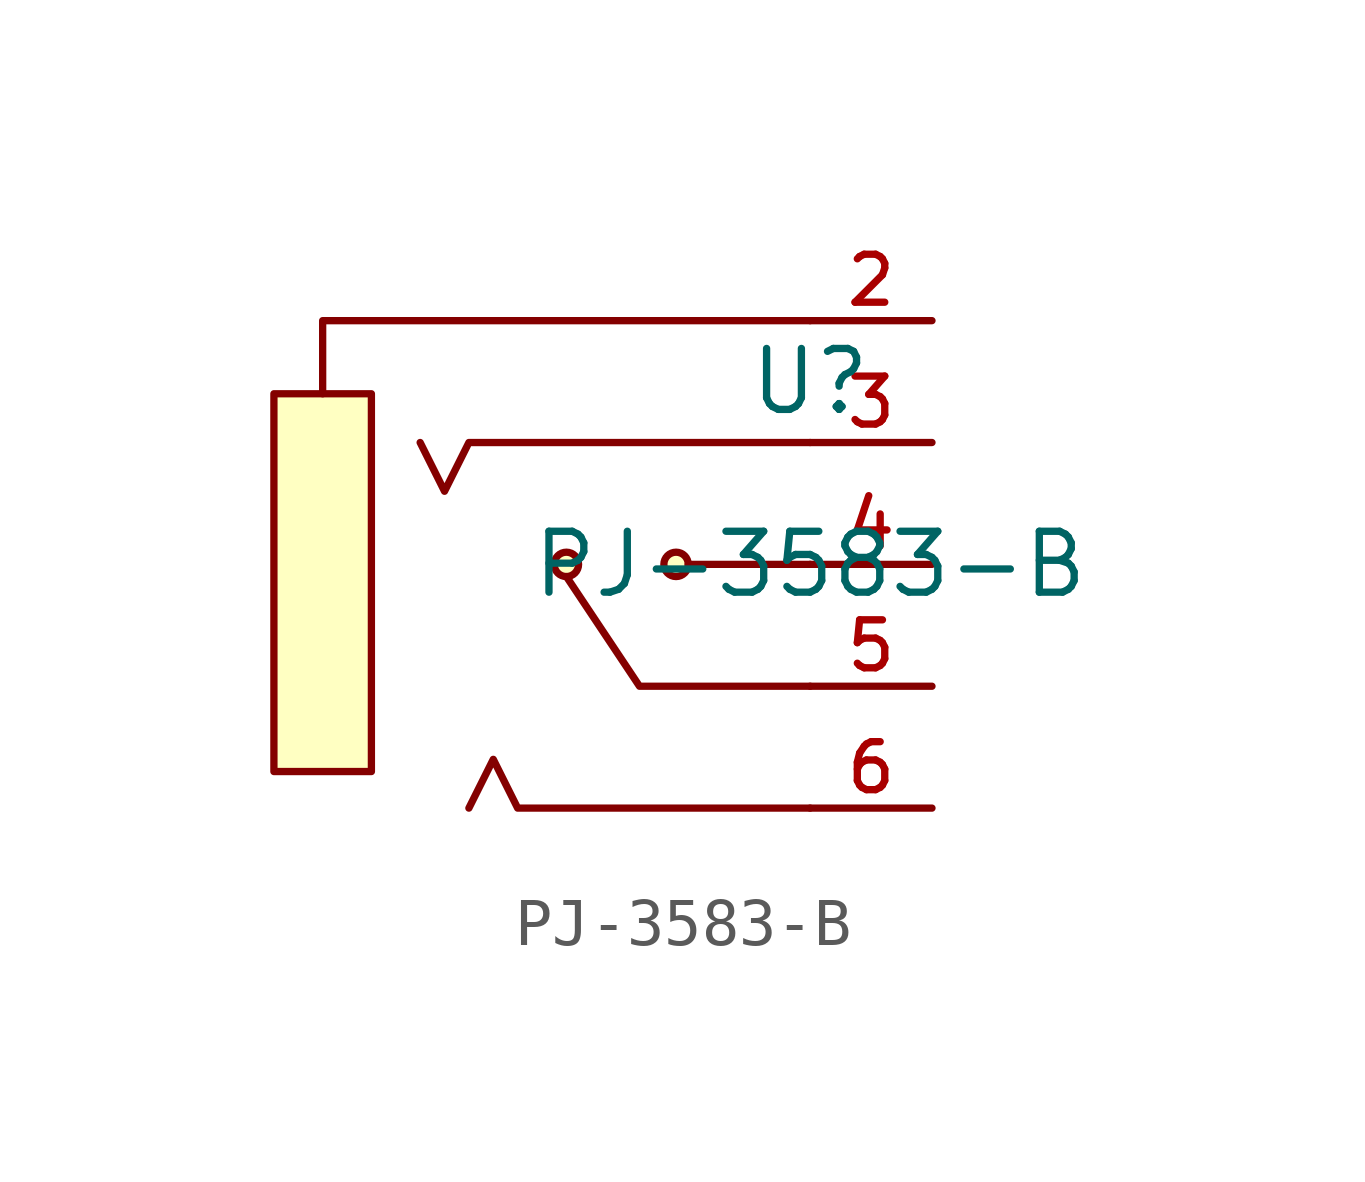
<source format=kicad_sym>
(kicad_symbol_lib
  (version 20210201)
  (generator TousstNicolas/JLC2KiCad_lib)
  (symbol "PJ-3583-B"
    (pin_names hide)
    (property "Reference" "U"
      (at 0 1.27 0)
      (effects (font (size 1.27 1.27))))
    (property "Value" "PJ-3583-B"
      (at 0 -2.54 0)
      (effects (font (size 1.27 1.27))))
    (symbol "PJ-3583-B_0_1"
      (rectangle (start -11.176 1.016) (end -9.144 -6.858) (stroke (width 0) (type default) (color 0 0 0 0)) (fill (type background)))
      (polyline (pts (xy -10.16 1.016) (xy -10.16 2.54) (xy 0.0 2.54)) (stroke (width 0) (type default) (color 0 0 0 0)) (fill (type none)))
      (polyline (pts (xy 0.0 -0.0) (xy -7.112 -0.0) (xy -7.62 -1.016) (xy -8.128 -0.0)) (stroke (width 0) (type default) (color 0 0 0 0)) (fill (type none)))
      (polyline (pts (xy 0.0 -2.54) (xy -2.54 -2.54)) (stroke (width 0) (type default) (color 0 0 0 0)) (fill (type none)))
      (polyline (pts (xy 0.0 -5.08) (xy -3.556 -5.08) (xy -5.08 -2.794)) (stroke (width 0) (type default) (color 0 0 0 0)) (fill (type none)))
      (circle (center -2.794 -2.54) (radius 0.254) (stroke (width 0) (type default) (color 0 0 0 0)) (fill (type background)))
      (circle (center -5.08 -2.54) (radius 0.254) (stroke (width 0) (type default) (color 0 0 0 0)) (fill (type background)))
      (polyline (pts (xy 0.0 -7.62) (xy -6.096 -7.62) (xy -6.604 -6.604) (xy -7.112 -7.62)) (stroke (width 0) (type default) (color 0 0 0 0)) (fill (type none)))
      (pin unspecified line (at 2.54 2.54 180) (length 2.54) (name "2" (effects (font (size 1 1)))) (number "2" (effects (font (size 1 1)))))
      (pin unspecified line (at 2.54 -0.0 180) (length 2.54) (name "3" (effects (font (size 1 1)))) (number "3" (effects (font (size 1 1)))))
      (pin unspecified line (at 2.54 -2.54 180) (length 2.54) (name "4" (effects (font (size 1 1)))) (number "4" (effects (font (size 1 1)))))
      (pin unspecified line (at 2.54 -5.08 180) (length 2.54) (name "5" (effects (font (size 1 1)))) (number "5" (effects (font (size 1 1)))))
      (pin unspecified line (at 2.54 -7.62 180) (length 2.54) (name "6" (effects (font (size 1 1)))) (number "6" (effects (font (size 1 1))))))))
</source>
